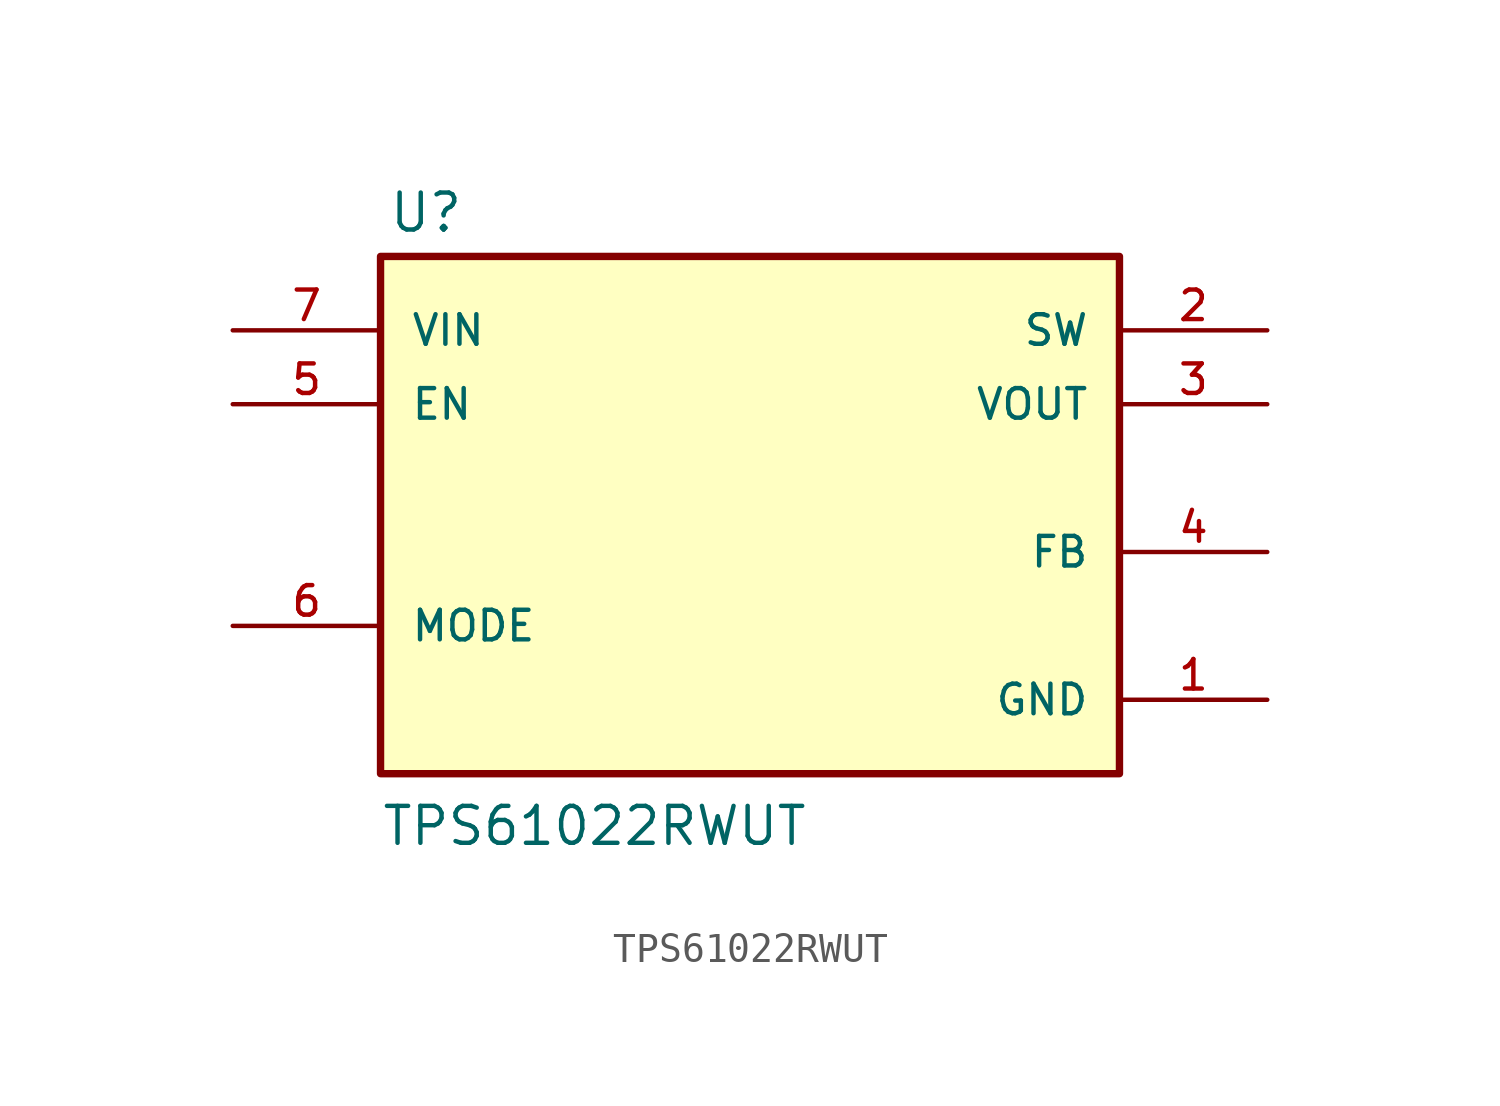
<source format=kicad_sym>
(kicad_symbol_lib
  (version 20220914)
  (generator kicad_symbol_editor)
  (symbol "TPS61022RWUT"
    (pin_names
      (offset 1.016))
    (property "Reference" "U"
      (at -12.446 10.922 0)
      (effects (font (size 1.27 1.27)) (justify left bottom)))
    (property "Value" "TPS61022RWUT"
      (at -12.7 -10.16 0)
      (effects (font (size 1.27 1.27)) (justify left bottom)))
    (symbol "TPS61022RWUT_0_0"
      (rectangle (start -12.7 10.16) (end 12.7 -7.62) (stroke (width 0.254) (type default)) (fill (type background)))
      (pin power_in line (at 17.78 -5.08 180) (length 5.08) (name "GND" (effects (font (size 1.016 1.016)))) (number "1" (effects (font (size 1.016 1.016)))))
      (pin power_in line (at 17.78 7.62 180) (length 5.08) (name "SW" (effects (font (size 1.016 1.016)))) (number "2" (effects (font (size 1.016 1.016)))))
      (pin power_in line (at 17.78 5.08 180) (length 5.08) (name "VOUT" (effects (font (size 1.016 1.016)))) (number "3" (effects (font (size 1.016 1.016)))))
      (pin input line (at 17.78 0 180) (length 5.08) (name "FB" (effects (font (size 1.016 1.016)))) (number "4" (effects (font (size 1.016 1.016)))))
      (pin input line (at -17.78 5.08 0) (length 5.08) (name "EN" (effects (font (size 1.016 1.016)))) (number "5" (effects (font (size 1.016 1.016)))))
      (pin input line (at -17.78 -2.54 0) (length 5.08) (name "MODE" (effects (font (size 1.016 1.016)))) (number "6" (effects (font (size 1.016 1.016)))))
      (pin input line (at -17.78 7.62 0) (length 5.08) (name "VIN" (effects (font (size 1.016 1.016)))) (number "7" (effects (font (size 1.016 1.016))))))))
</source>
